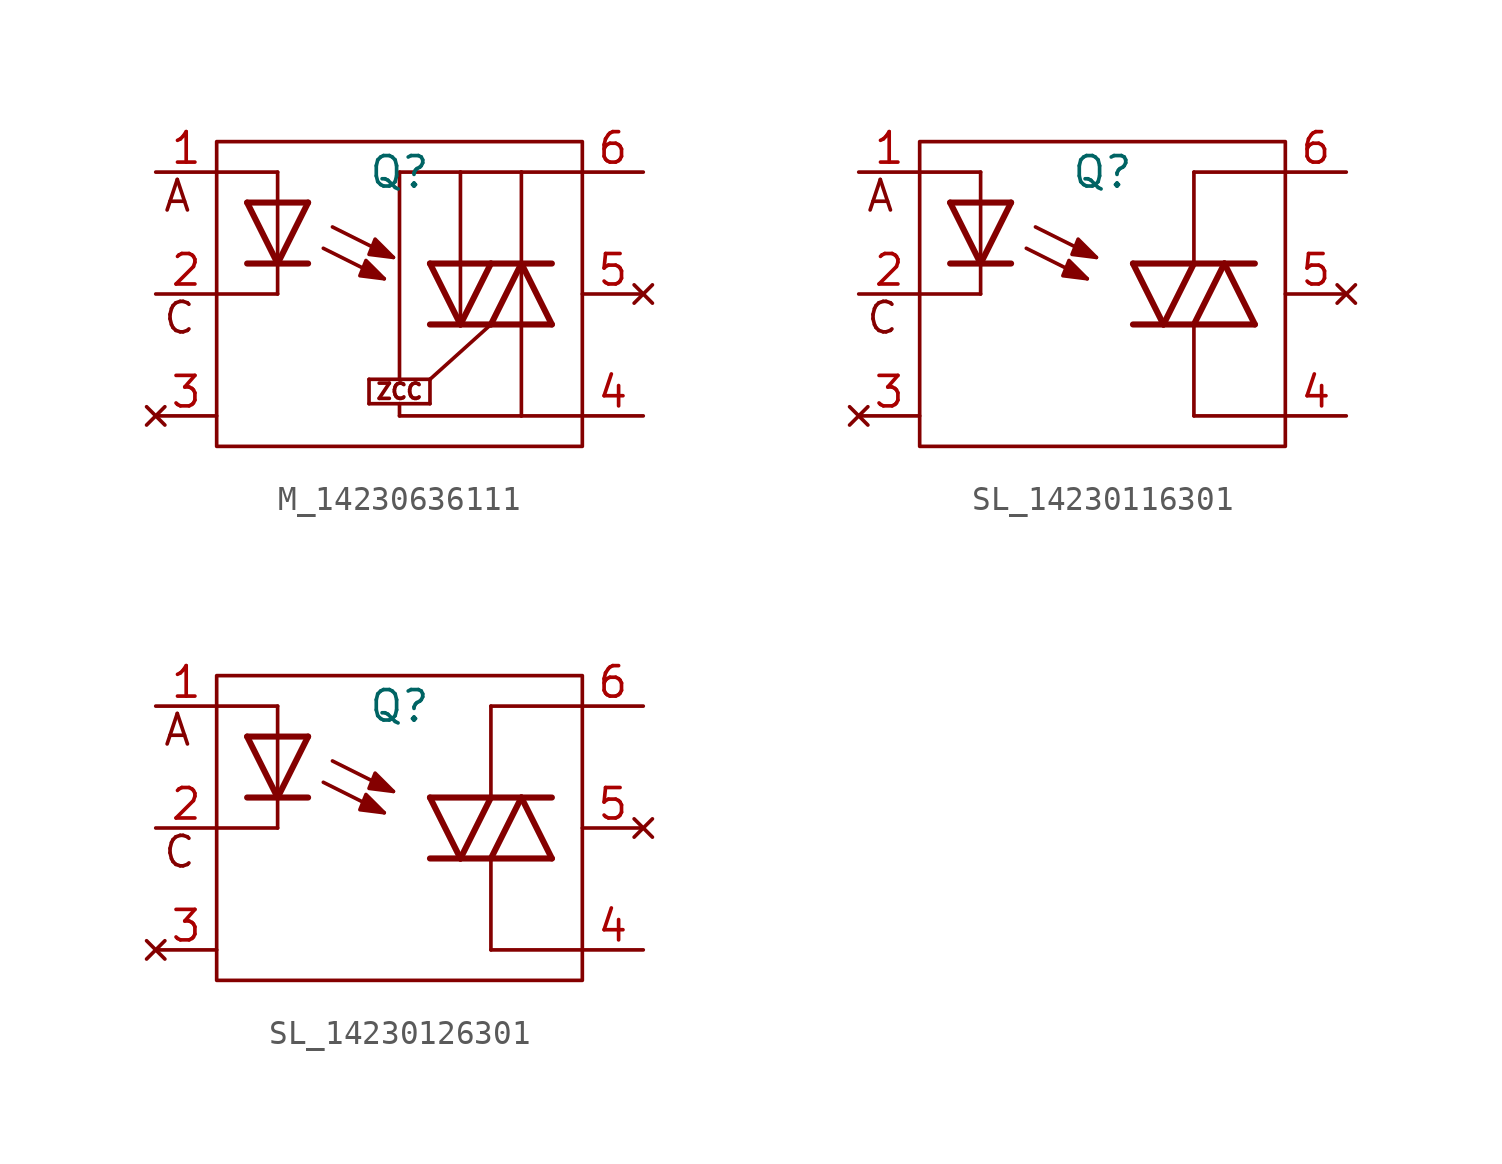
<source format=kicad_sym>
(kicad_symbol_lib
  (version 20220914)
  (generator kicad_symbol_editor)
  (symbol "M_14230636111"
    (pin_names hide)
    (property "Reference" "Q"
      (at 0 5.08 0)
      (effects (font (size 1.27 1.27))))
    (symbol "M_14230636111_0_0"
      (rectangle (start -7.62 6.35) (end 7.62 -6.35) (stroke (width 0) (type default)) (fill (type none)))
      (polyline (pts (xy -5.08 0) (xy -7.62 0)) (stroke (width 0.152) (type default)) (fill (type none)))
      (polyline (pts (xy -5.08 1.27) (xy -6.35 1.27)) (stroke (width 0.254) (type default)) (fill (type none)))
      (polyline (pts (xy -5.08 1.27) (xy -6.35 3.81)) (stroke (width 0.254) (type default)) (fill (type none)))
      (polyline (pts (xy -5.08 1.27) (xy -5.08 0)) (stroke (width 0.152) (type default)) (fill (type none)))
      (polyline (pts (xy -5.08 3.81) (xy -6.35 3.81)) (stroke (width 0.254) (type default)) (fill (type none)))
      (polyline (pts (xy -5.08 3.81) (xy -5.08 1.27)) (stroke (width 0.152) (type default)) (fill (type none)))
      (polyline (pts (xy -5.08 3.81) (xy -5.08 5.08)) (stroke (width 0.152) (type default)) (fill (type none)))
      (polyline (pts (xy -5.08 5.08) (xy -7.62 5.08)) (stroke (width 0.152) (type default)) (fill (type none)))
      (polyline (pts (xy -3.81 1.27) (xy -5.08 1.27)) (stroke (width 0.254) (type default)) (fill (type none)))
      (polyline (pts (xy -3.81 3.81) (xy -5.08 1.27)) (stroke (width 0.254) (type default)) (fill (type none)))
      (polyline (pts (xy -3.81 3.81) (xy -5.08 3.81)) (stroke (width 0.254) (type default)) (fill (type none)))
      (polyline (pts (xy -3.175 1.905) (xy -0.635 0.635)) (stroke (width 0.152) (type default)) (fill (type none)))
      (polyline (pts (xy -2.794 2.794) (xy -0.254 1.524)) (stroke (width 0.152) (type default)) (fill (type none)))
      (polyline (pts (xy -1.27 -4.572) (xy -1.27 -3.556)) (stroke (width 0.152) (type default)) (fill (type none)))
      (polyline (pts (xy -1.27 -3.556) (xy 0 -3.556)) (stroke (width 0.152) (type default)) (fill (type none)))
      (polyline (pts (xy 0 -5.08) (xy 5.08 -5.08)) (stroke (width 0.152) (type default)) (fill (type none)))
      (polyline (pts (xy 0 -4.572) (xy -1.27 -4.572)) (stroke (width 0.152) (type default)) (fill (type none)))
      (polyline (pts (xy 0 -4.572) (xy 0 -5.08)) (stroke (width 0.152) (type default)) (fill (type none)))
      (polyline (pts (xy 0 -3.556) (xy 1.27 -3.556)) (stroke (width 0.152) (type default)) (fill (type none)))
      (polyline (pts (xy 0 5.08) (xy 0 -3.556)) (stroke (width 0.152) (type default)) (fill (type none)))
      (polyline (pts (xy 1.27 -4.572) (xy 0 -4.572)) (stroke (width 0.152) (type default)) (fill (type none)))
      (polyline (pts (xy 1.27 -3.556) (xy 1.27 -4.572)) (stroke (width 0.152) (type default)) (fill (type none)))
      (polyline (pts (xy 1.27 -3.556) (xy 3.81 -1.27)) (stroke (width 0.152) (type default)) (fill (type none)))
      (polyline (pts (xy 2.54 -1.27) (xy 1.27 -1.27)) (stroke (width 0.254) (type default)) (fill (type none)))
      (polyline (pts (xy 2.54 -1.27) (xy 1.27 1.27)) (stroke (width 0.254) (type default)) (fill (type none)))
      (polyline (pts (xy 2.54 1.27) (xy 1.27 1.27)) (stroke (width 0.254) (type default)) (fill (type none)))
      (polyline (pts (xy 2.54 1.27) (xy 2.54 -1.27)) (stroke (width 0.152) (type default)) (fill (type none)))
      (polyline (pts (xy 2.54 1.27) (xy 2.54 5.08)) (stroke (width 0.152) (type default)) (fill (type none)))
      (polyline (pts (xy 2.54 5.08) (xy 0 5.08)) (stroke (width 0.152) (type default)) (fill (type none)))
      (polyline (pts (xy 3.81 -1.27) (xy 2.54 -1.27)) (stroke (width 0.254) (type default)) (fill (type none)))
      (polyline (pts (xy 3.81 -1.27) (xy 5.08 -1.27)) (stroke (width 0.254) (type default)) (fill (type none)))
      (polyline (pts (xy 3.81 -1.27) (xy 5.08 1.27)) (stroke (width 0.254) (type default)) (fill (type none)))
      (polyline (pts (xy 3.81 1.27) (xy 2.54 -1.27)) (stroke (width 0.254) (type default)) (fill (type none)))
      (polyline (pts (xy 3.81 1.27) (xy 2.54 1.27)) (stroke (width 0.254) (type default)) (fill (type none)))
      (polyline (pts (xy 3.81 1.27) (xy 5.08 1.27)) (stroke (width 0.254) (type default)) (fill (type none)))
      (polyline (pts (xy 5.08 -1.27) (xy 5.08 -5.08)) (stroke (width 0.152) (type default)) (fill (type none)))
      (polyline (pts (xy 5.08 -1.27) (xy 5.08 1.27)) (stroke (width 0.152) (type default)) (fill (type none)))
      (polyline (pts (xy 5.08 -1.27) (xy 6.35 -1.27)) (stroke (width 0.254) (type default)) (fill (type none)))
      (polyline (pts (xy 5.08 1.27) (xy 5.08 5.08)) (stroke (width 0.152) (type default)) (fill (type none)))
      (polyline (pts (xy 5.08 1.27) (xy 6.35 -1.27)) (stroke (width 0.254) (type default)) (fill (type none)))
      (polyline (pts (xy 5.08 1.27) (xy 6.35 1.27)) (stroke (width 0.254) (type default)) (fill (type none)))
      (polyline (pts (xy 5.08 5.08) (xy 2.54 5.08)) (stroke (width 0.152) (type default)) (fill (type none)))
      (polyline (pts (xy 7.62 -5.08) (xy 5.08 -5.08)) (stroke (width 0.152) (type default)) (fill (type none)))
      (polyline (pts (xy 7.62 5.08) (xy 5.08 5.08)) (stroke (width 0.152) (type default)) (fill (type none)))
      (polyline (pts (xy -1.397 1.397) (xy -0.635 0.635) (xy -1.651 0.762) (xy -1.397 1.397)) (stroke (width 0.152) (type default)) (fill (type outline)))
      (polyline (pts (xy -1.016 2.286) (xy -0.254 1.524) (xy -1.27 1.651) (xy -1.016 2.286)) (stroke (width 0.152) (type default)) (fill (type outline)))
      (text "A" (at -9.906 4.826 0) (effects (font (size 1.27 1.27)) (justify left top)))
      (text "C" (at -9.906 -0.254 0) (effects (font (size 1.27 1.27)) (justify left top))))
    (symbol "M_14230636111_1_0"
      (text "ZCC" (at 0 -4.064 0) (effects (font (size 0.635 0.635))))
      (pin passive line (at -10.16 5.08 0) (length 2.54) (name "Anode" (effects (font (size 1.27 1.27)))) (number "1" (effects (font (size 1.27 1.27)))))
      (pin passive line (at -10.16 0 0) (length 2.54) (name "Cathode" (effects (font (size 1.27 1.27)))) (number "2" (effects (font (size 1.27 1.27)))))
      (pin no_connect line (at -10.16 -5.08 0) (length 2.54) (name "NC" (effects (font (size 1.27 1.27)))) (number "3" (effects (font (size 1.27 1.27)))))
      (pin passive line (at 10.16 -5.08 180) (length 2.54) (name "Teminal" (effects (font (size 1.27 1.27)))) (number "4" (effects (font (size 1.27 1.27)))))
      (pin no_connect line (at 10.16 0 180) (length 2.54) (name "NC" (effects (font (size 1.27 1.27)))) (number "5" (effects (font (size 1.27 1.27)))))
      (pin passive line (at 10.16 5.08 180) (length 2.54) (name "Teminal" (effects (font (size 1.27 1.27)))) (number "6" (effects (font (size 1.27 1.27)))))))
  (symbol "SL_14230116301"
    (pin_names hide)
    (property "Reference" "Q"
      (at 0 5.08 0)
      (effects (font (size 1.27 1.27))))
    (symbol "SL_14230116301_0_0"
      (rectangle (start -7.62 6.35) (end 7.62 -6.35) (stroke (width 0) (type default)) (fill (type none)))
      (polyline (pts (xy -5.08 0) (xy -7.62 0)) (stroke (width 0.152) (type default)) (fill (type none)))
      (polyline (pts (xy -5.08 1.27) (xy -6.35 1.27)) (stroke (width 0.254) (type default)) (fill (type none)))
      (polyline (pts (xy -5.08 1.27) (xy -6.35 3.81)) (stroke (width 0.254) (type default)) (fill (type none)))
      (polyline (pts (xy -5.08 1.27) (xy -5.08 0)) (stroke (width 0.152) (type default)) (fill (type none)))
      (polyline (pts (xy -5.08 3.81) (xy -6.35 3.81)) (stroke (width 0.254) (type default)) (fill (type none)))
      (polyline (pts (xy -5.08 3.81) (xy -5.08 1.27)) (stroke (width 0.152) (type default)) (fill (type none)))
      (polyline (pts (xy -5.08 3.81) (xy -5.08 5.08)) (stroke (width 0.152) (type default)) (fill (type none)))
      (polyline (pts (xy -5.08 5.08) (xy -7.62 5.08)) (stroke (width 0.152) (type default)) (fill (type none)))
      (polyline (pts (xy -3.81 1.27) (xy -5.08 1.27)) (stroke (width 0.254) (type default)) (fill (type none)))
      (polyline (pts (xy -3.81 3.81) (xy -5.08 1.27)) (stroke (width 0.254) (type default)) (fill (type none)))
      (polyline (pts (xy -3.81 3.81) (xy -5.08 3.81)) (stroke (width 0.254) (type default)) (fill (type none)))
      (polyline (pts (xy -3.175 1.905) (xy -0.635 0.635)) (stroke (width 0.152) (type default)) (fill (type none)))
      (polyline (pts (xy -2.794 2.794) (xy -0.254 1.524)) (stroke (width 0.152) (type default)) (fill (type none)))
      (polyline (pts (xy 2.54 -1.27) (xy 1.27 -1.27)) (stroke (width 0.254) (type default)) (fill (type none)))
      (polyline (pts (xy 2.54 -1.27) (xy 1.27 1.27)) (stroke (width 0.254) (type default)) (fill (type none)))
      (polyline (pts (xy 3.81 -1.27) (xy 2.54 -1.27)) (stroke (width 0.254) (type default)) (fill (type none)))
      (polyline (pts (xy 3.81 -1.27) (xy 3.81 -5.08)) (stroke (width 0.152) (type default)) (fill (type none)))
      (polyline (pts (xy 3.81 -1.27) (xy 5.08 1.27)) (stroke (width 0.254) (type default)) (fill (type none)))
      (polyline (pts (xy 3.81 -1.27) (xy 6.35 -1.27)) (stroke (width 0.254) (type default)) (fill (type none)))
      (polyline (pts (xy 3.81 1.27) (xy 1.27 1.27)) (stroke (width 0.254) (type default)) (fill (type none)))
      (polyline (pts (xy 3.81 1.27) (xy 2.54 -1.27)) (stroke (width 0.254) (type default)) (fill (type none)))
      (polyline (pts (xy 3.81 1.27) (xy 3.81 5.08)) (stroke (width 0.152) (type default)) (fill (type none)))
      (polyline (pts (xy 3.81 1.27) (xy 5.08 1.27)) (stroke (width 0.254) (type default)) (fill (type none)))
      (polyline (pts (xy 5.08 1.27) (xy 6.35 -1.27)) (stroke (width 0.254) (type default)) (fill (type none)))
      (polyline (pts (xy 5.08 1.27) (xy 6.35 1.27)) (stroke (width 0.254) (type default)) (fill (type none)))
      (polyline (pts (xy 7.62 -5.08) (xy 3.81 -5.08)) (stroke (width 0.152) (type default)) (fill (type none)))
      (polyline (pts (xy 7.62 5.08) (xy 3.81 5.08)) (stroke (width 0.152) (type default)) (fill (type none)))
      (polyline (pts (xy -1.397 1.397) (xy -0.635 0.635) (xy -1.651 0.762) (xy -1.397 1.397)) (stroke (width 0.152) (type default)) (fill (type outline)))
      (polyline (pts (xy -1.016 2.286) (xy -0.254 1.524) (xy -1.27 1.651) (xy -1.016 2.286)) (stroke (width 0.152) (type default)) (fill (type outline)))
      (text "A" (at -9.906 4.826 0) (effects (font (size 1.27 1.27)) (justify left top)))
      (text "C" (at -9.906 -0.254 0) (effects (font (size 1.27 1.27)) (justify left top))))
    (symbol "SL_14230116301_1_0"
      (pin passive line (at -10.16 5.08 0) (length 2.54) (name "Anode" (effects (font (size 1.27 1.27)))) (number "1" (effects (font (size 1.27 1.27)))))
      (pin passive line (at -10.16 0 0) (length 2.54) (name "Cathode" (effects (font (size 1.27 1.27)))) (number "2" (effects (font (size 1.27 1.27)))))
      (pin no_connect line (at -10.16 -5.08 0) (length 2.54) (name "NC" (effects (font (size 1.27 1.27)))) (number "3" (effects (font (size 1.27 1.27)))))
      (pin passive line (at 10.16 -5.08 180) (length 2.54) (name "Teminal" (effects (font (size 1.27 1.27)))) (number "4" (effects (font (size 1.27 1.27)))))
      (pin no_connect line (at 10.16 0 180) (length 2.54) (name "NC" (effects (font (size 1.27 1.27)))) (number "5" (effects (font (size 1.27 1.27)))))
      (pin passive line (at 10.16 5.08 180) (length 2.54) (name "Teminal" (effects (font (size 1.27 1.27)))) (number "6" (effects (font (size 1.27 1.27)))))))
  (symbol "SL_14230126301"
    (pin_names hide)
    (property "Reference" "Q"
      (at 0 5.08 0)
      (effects (font (size 1.27 1.27))))
    (symbol "SL_14230126301_0_0"
      (rectangle (start -7.62 6.35) (end 7.62 -6.35) (stroke (width 0) (type default)) (fill (type none)))
      (polyline (pts (xy -5.08 0) (xy -7.62 0)) (stroke (width 0.152) (type default)) (fill (type none)))
      (polyline (pts (xy -5.08 1.27) (xy -6.35 1.27)) (stroke (width 0.254) (type default)) (fill (type none)))
      (polyline (pts (xy -5.08 1.27) (xy -6.35 3.81)) (stroke (width 0.254) (type default)) (fill (type none)))
      (polyline (pts (xy -5.08 1.27) (xy -5.08 0)) (stroke (width 0.152) (type default)) (fill (type none)))
      (polyline (pts (xy -5.08 3.81) (xy -6.35 3.81)) (stroke (width 0.254) (type default)) (fill (type none)))
      (polyline (pts (xy -5.08 3.81) (xy -5.08 1.27)) (stroke (width 0.152) (type default)) (fill (type none)))
      (polyline (pts (xy -5.08 3.81) (xy -5.08 5.08)) (stroke (width 0.152) (type default)) (fill (type none)))
      (polyline (pts (xy -5.08 5.08) (xy -7.62 5.08)) (stroke (width 0.152) (type default)) (fill (type none)))
      (polyline (pts (xy -3.81 1.27) (xy -5.08 1.27)) (stroke (width 0.254) (type default)) (fill (type none)))
      (polyline (pts (xy -3.81 3.81) (xy -5.08 1.27)) (stroke (width 0.254) (type default)) (fill (type none)))
      (polyline (pts (xy -3.81 3.81) (xy -5.08 3.81)) (stroke (width 0.254) (type default)) (fill (type none)))
      (polyline (pts (xy -3.175 1.905) (xy -0.635 0.635)) (stroke (width 0.152) (type default)) (fill (type none)))
      (polyline (pts (xy -2.794 2.794) (xy -0.254 1.524)) (stroke (width 0.152) (type default)) (fill (type none)))
      (polyline (pts (xy 2.54 -1.27) (xy 1.27 -1.27)) (stroke (width 0.254) (type default)) (fill (type none)))
      (polyline (pts (xy 2.54 -1.27) (xy 1.27 1.27)) (stroke (width 0.254) (type default)) (fill (type none)))
      (polyline (pts (xy 3.81 -1.27) (xy 2.54 -1.27)) (stroke (width 0.254) (type default)) (fill (type none)))
      (polyline (pts (xy 3.81 -1.27) (xy 3.81 -5.08)) (stroke (width 0.152) (type default)) (fill (type none)))
      (polyline (pts (xy 3.81 -1.27) (xy 5.08 1.27)) (stroke (width 0.254) (type default)) (fill (type none)))
      (polyline (pts (xy 3.81 -1.27) (xy 6.35 -1.27)) (stroke (width 0.254) (type default)) (fill (type none)))
      (polyline (pts (xy 3.81 1.27) (xy 1.27 1.27)) (stroke (width 0.254) (type default)) (fill (type none)))
      (polyline (pts (xy 3.81 1.27) (xy 2.54 -1.27)) (stroke (width 0.254) (type default)) (fill (type none)))
      (polyline (pts (xy 3.81 1.27) (xy 3.81 5.08)) (stroke (width 0.152) (type default)) (fill (type none)))
      (polyline (pts (xy 3.81 1.27) (xy 5.08 1.27)) (stroke (width 0.254) (type default)) (fill (type none)))
      (polyline (pts (xy 5.08 1.27) (xy 6.35 -1.27)) (stroke (width 0.254) (type default)) (fill (type none)))
      (polyline (pts (xy 5.08 1.27) (xy 6.35 1.27)) (stroke (width 0.254) (type default)) (fill (type none)))
      (polyline (pts (xy 7.62 -5.08) (xy 3.81 -5.08)) (stroke (width 0.152) (type default)) (fill (type none)))
      (polyline (pts (xy 7.62 5.08) (xy 3.81 5.08)) (stroke (width 0.152) (type default)) (fill (type none)))
      (polyline (pts (xy -1.397 1.397) (xy -0.635 0.635) (xy -1.651 0.762) (xy -1.397 1.397)) (stroke (width 0.152) (type default)) (fill (type outline)))
      (polyline (pts (xy -1.016 2.286) (xy -0.254 1.524) (xy -1.27 1.651) (xy -1.016 2.286)) (stroke (width 0.152) (type default)) (fill (type outline)))
      (text "A" (at -9.906 4.826 0) (effects (font (size 1.27 1.27)) (justify left top)))
      (text "C" (at -9.906 -0.254 0) (effects (font (size 1.27 1.27)) (justify left top))))
    (symbol "SL_14230126301_1_0"
      (pin passive line (at -10.16 5.08 0) (length 2.54) (name "Anode" (effects (font (size 1.27 1.27)))) (number "1" (effects (font (size 1.27 1.27)))))
      (pin passive line (at -10.16 0 0) (length 2.54) (name "Cathode" (effects (font (size 1.27 1.27)))) (number "2" (effects (font (size 1.27 1.27)))))
      (pin no_connect line (at -10.16 -5.08 0) (length 2.54) (name "NC" (effects (font (size 1.27 1.27)))) (number "3" (effects (font (size 1.27 1.27)))))
      (pin passive line (at 10.16 -5.08 180) (length 2.54) (name "Teminal" (effects (font (size 1.27 1.27)))) (number "4" (effects (font (size 1.27 1.27)))))
      (pin no_connect line (at 10.16 0 180) (length 2.54) (name "NC" (effects (font (size 1.27 1.27)))) (number "5" (effects (font (size 1.27 1.27)))))
      (pin passive line (at 10.16 5.08 180) (length 2.54) (name "Teminal" (effects (font (size 1.27 1.27)))) (number "6" (effects (font (size 1.27 1.27))))))))
</source>
